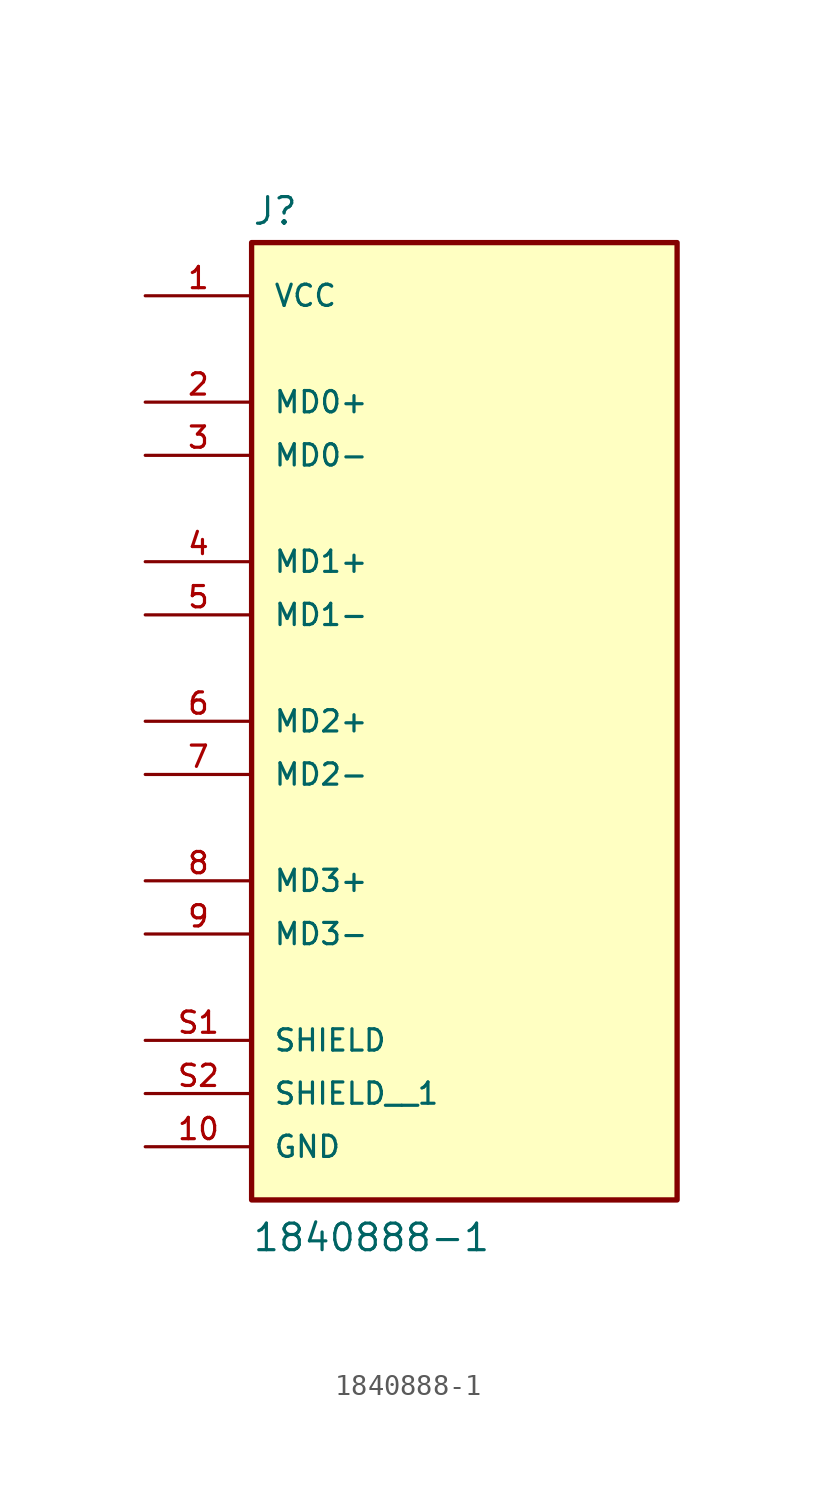
<source format=kicad_sym>
(kicad_symbol_lib
  (version 20211014)
  (generator kicad_symbol_editor)
  (symbol "1840888-1"
    (pin_names
      (offset 1.016))
    (property "Reference" "J"
      (at -10.16 21.082 0)
      (effects (font (size 1.27 1.27)) (justify bottom left)))
    (property "Value" "1840888-1"
      (at -10.16 -27.94 0)
      (effects (font (size 1.27 1.27)) (justify bottom left)))
    (symbol "1840888-1_0_0"
      (rectangle (start -10.16 -25.4) (end 10.16 20.32) (stroke (width 0.254)) (fill (type background)))
      (pin passive line (at -15.24 2.54 0) (length 5.08) (name "MD1-" (effects (font (size 1.016 1.016)))) (number "5" (effects (font (size 1.016 1.016)))))
      (pin passive line (at -15.24 5.08 0) (length 5.08) (name "MD1+" (effects (font (size 1.016 1.016)))) (number "4" (effects (font (size 1.016 1.016)))))
      (pin passive line (at -15.24 -5.08 0) (length 5.08) (name "MD2-" (effects (font (size 1.016 1.016)))) (number "7" (effects (font (size 1.016 1.016)))))
      (pin passive line (at -15.24 -2.54 0) (length 5.08) (name "MD2+" (effects (font (size 1.016 1.016)))) (number "6" (effects (font (size 1.016 1.016)))))
      (pin passive line (at -15.24 -17.78 0) (length 5.08) (name "SHIELD" (effects (font (size 1.016 1.016)))) (number "S1" (effects (font (size 1.016 1.016)))))
      (pin passive line (at -15.24 -12.7 0) (length 5.08) (name "MD3-" (effects (font (size 1.016 1.016)))) (number "9" (effects (font (size 1.016 1.016)))))
      (pin passive line (at -15.24 -10.16 0) (length 5.08) (name "MD3+" (effects (font (size 1.016 1.016)))) (number "8" (effects (font (size 1.016 1.016)))))
      (pin power_in line (at -15.24 -22.86 0) (length 5.08) (name "GND" (effects (font (size 1.016 1.016)))) (number "10" (effects (font (size 1.016 1.016)))))
      (pin passive line (at -15.24 10.16 0) (length 5.08) (name "MD0-" (effects (font (size 1.016 1.016)))) (number "3" (effects (font (size 1.016 1.016)))))
      (pin passive line (at -15.24 12.7 0) (length 5.08) (name "MD0+" (effects (font (size 1.016 1.016)))) (number "2" (effects (font (size 1.016 1.016)))))
      (pin power_in line (at -15.24 17.78 0) (length 5.08) (name "VCC" (effects (font (size 1.016 1.016)))) (number "1" (effects (font (size 1.016 1.016)))))
      (pin passive line (at -15.24 -20.32 0) (length 5.08) (name "SHIELD__1" (effects (font (size 1.016 1.016)))) (number "S2" (effects (font (size 1.016 1.016))))))))
</source>
